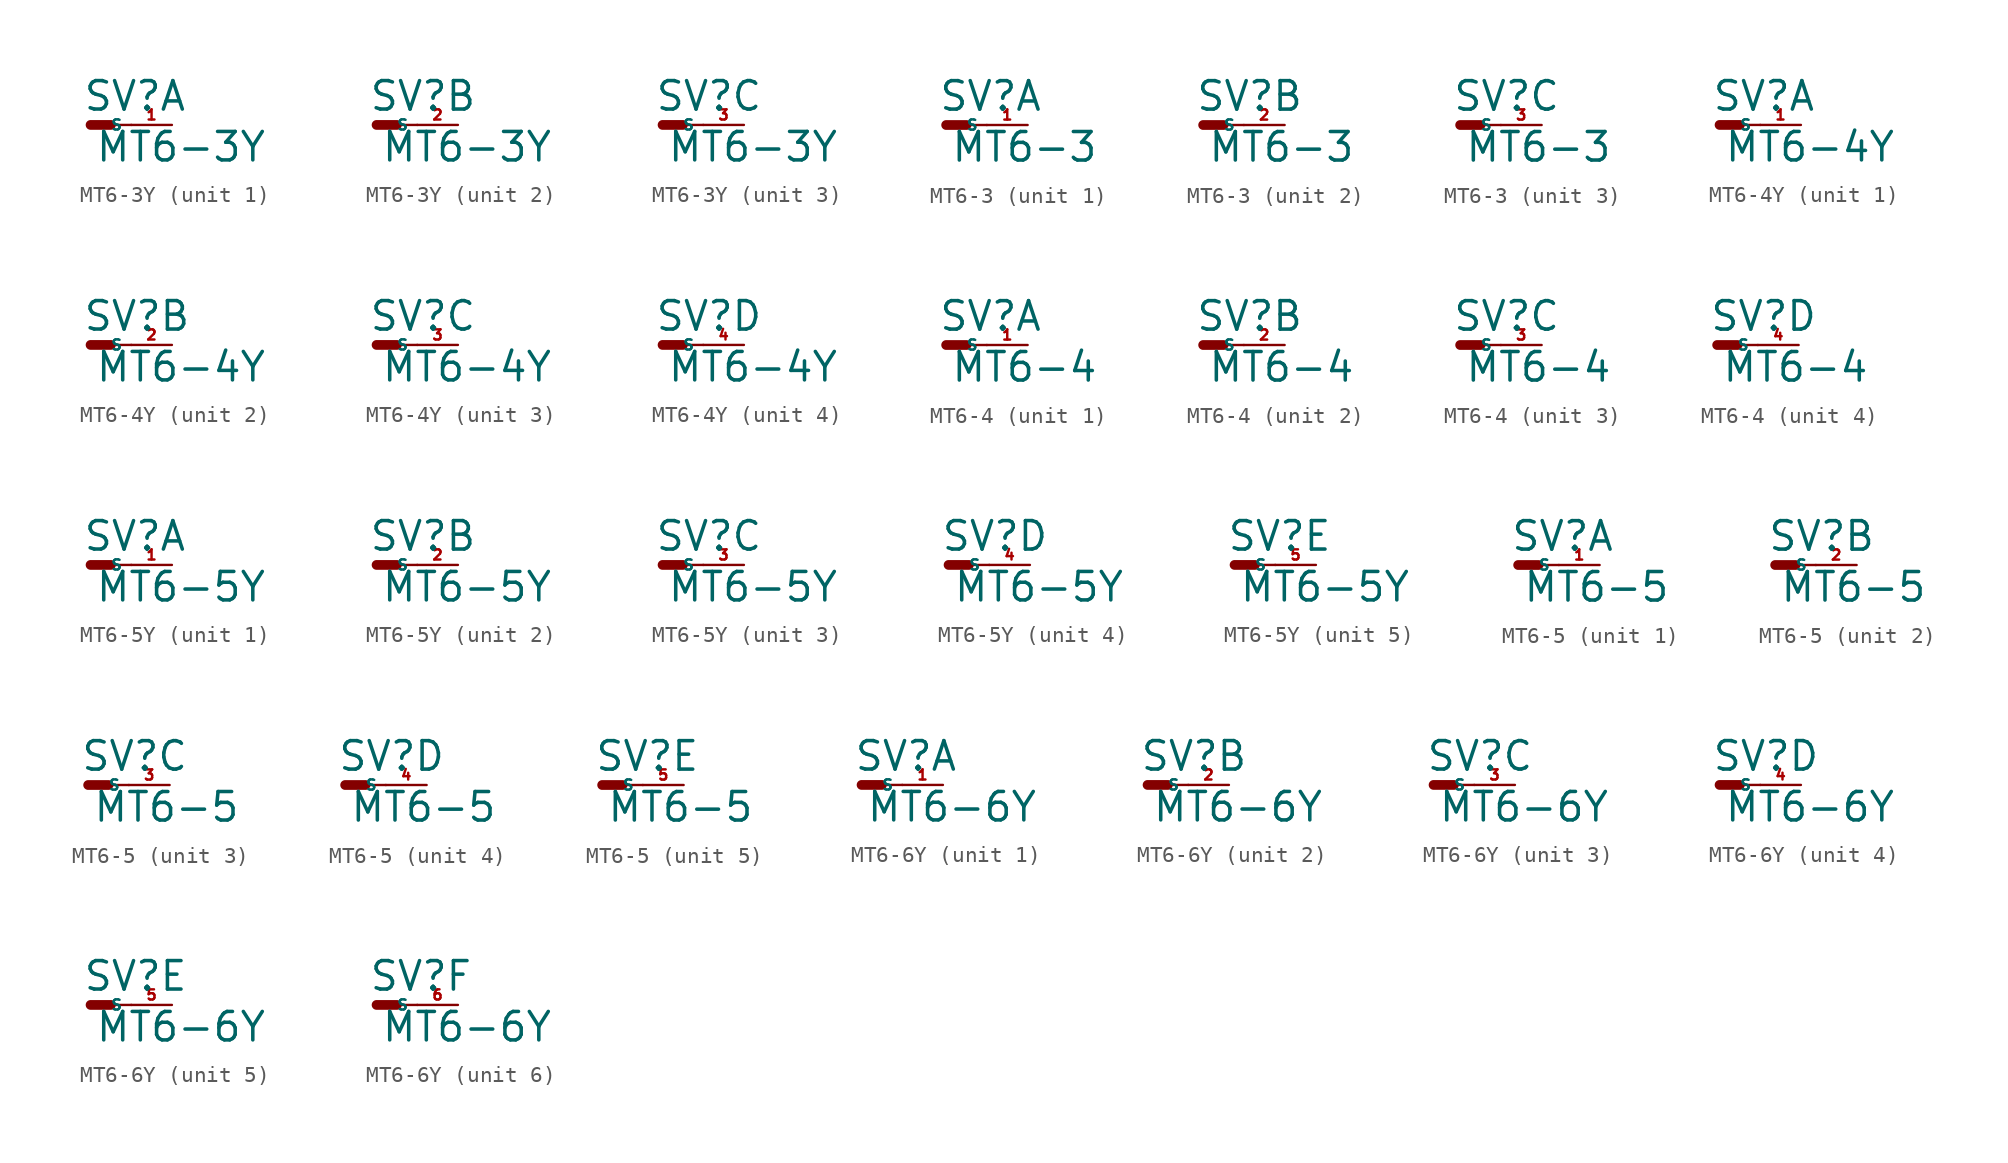
<source format=kicad_sym>
(kicad_symbol_lib
  (version 20220914)
  (generator Eagle2Kicad)
  (symbol "MT6-3Y"
    (property "Reference" "SV"
      (at -0.508 0.762 0)
      (effects (font (size 1.778 1.778) (thickness 0.22)) (justify left bottom)))
    (property "Value" "MT6-3Y"
      (at 0.254 -2.413 0)
      (effects (font (size 1.778 1.778) (thickness 0.22)) (justify left bottom)))
    (symbol "MT6-3Y_1_0"
      (polyline (pts (xy 1.27 0) (xy 2.54 0)) (stroke (width 0.152) (type default)) (fill (type none)))
      (polyline (pts (xy 0 0) (xy 1.27 0)) (stroke (width 0.61) (type default)) (fill (type none)))
      (pin passive line (at 5.08 0 180) (length 2.54) (name "S" (effects (font (size 0.635 0.635) (thickness 0.08)) (justify left bottom))) (number "1" (effects (font (size 0.635 0.635) (thickness 0.08)) (justify left bottom)))))
    (symbol "MT6-3Y_2_0"
      (polyline (pts (xy 1.27 0) (xy 2.54 0)) (stroke (width 0.152) (type default)) (fill (type none)))
      (polyline (pts (xy 0 0) (xy 1.27 0)) (stroke (width 0.61) (type default)) (fill (type none)))
      (pin passive line (at 5.08 0 180) (length 2.54) (name "S" (effects (font (size 0.635 0.635) (thickness 0.08)) (justify left bottom))) (number "2" (effects (font (size 0.635 0.635) (thickness 0.08)) (justify left bottom)))))
    (symbol "MT6-3Y_3_0"
      (polyline (pts (xy 1.27 0) (xy 2.54 0)) (stroke (width 0.152) (type default)) (fill (type none)))
      (polyline (pts (xy 0 0) (xy 1.27 0)) (stroke (width 0.61) (type default)) (fill (type none)))
      (pin passive line (at 5.08 0 180) (length 2.54) (name "S" (effects (font (size 0.635 0.635) (thickness 0.08)) (justify left bottom))) (number "3" (effects (font (size 0.635 0.635) (thickness 0.08)) (justify left bottom))))))
  (symbol "MT6-3"
    (property "Reference" "SV"
      (at -0.508 0.762 0)
      (effects (font (size 1.778 1.778) (thickness 0.22)) (justify left bottom)))
    (property "Value" "MT6-3"
      (at 0.254 -2.413 0)
      (effects (font (size 1.778 1.778) (thickness 0.22)) (justify left bottom)))
    (symbol "MT6-3_1_0"
      (polyline (pts (xy 1.27 0) (xy 2.54 0)) (stroke (width 0.152) (type default)) (fill (type none)))
      (polyline (pts (xy 0 0) (xy 1.27 0)) (stroke (width 0.61) (type default)) (fill (type none)))
      (pin passive line (at 5.08 0 180) (length 2.54) (name "S" (effects (font (size 0.635 0.635) (thickness 0.08)) (justify left bottom))) (number "1" (effects (font (size 0.635 0.635) (thickness 0.08)) (justify left bottom)))))
    (symbol "MT6-3_2_0"
      (polyline (pts (xy 1.27 0) (xy 2.54 0)) (stroke (width 0.152) (type default)) (fill (type none)))
      (polyline (pts (xy 0 0) (xy 1.27 0)) (stroke (width 0.61) (type default)) (fill (type none)))
      (pin passive line (at 5.08 0 180) (length 2.54) (name "S" (effects (font (size 0.635 0.635) (thickness 0.08)) (justify left bottom))) (number "2" (effects (font (size 0.635 0.635) (thickness 0.08)) (justify left bottom)))))
    (symbol "MT6-3_3_0"
      (polyline (pts (xy 1.27 0) (xy 2.54 0)) (stroke (width 0.152) (type default)) (fill (type none)))
      (polyline (pts (xy 0 0) (xy 1.27 0)) (stroke (width 0.61) (type default)) (fill (type none)))
      (pin passive line (at 5.08 0 180) (length 2.54) (name "S" (effects (font (size 0.635 0.635) (thickness 0.08)) (justify left bottom))) (number "3" (effects (font (size 0.635 0.635) (thickness 0.08)) (justify left bottom))))))
  (symbol "MT6-4Y"
    (property "Reference" "SV"
      (at -0.508 0.762 0)
      (effects (font (size 1.778 1.778) (thickness 0.22)) (justify left bottom)))
    (property "Value" "MT6-4Y"
      (at 0.254 -2.413 0)
      (effects (font (size 1.778 1.778) (thickness 0.22)) (justify left bottom)))
    (symbol "MT6-4Y_1_0"
      (polyline (pts (xy 1.27 0) (xy 2.54 0)) (stroke (width 0.152) (type default)) (fill (type none)))
      (polyline (pts (xy 0 0) (xy 1.27 0)) (stroke (width 0.61) (type default)) (fill (type none)))
      (pin passive line (at 5.08 0 180) (length 2.54) (name "S" (effects (font (size 0.635 0.635) (thickness 0.08)) (justify left bottom))) (number "1" (effects (font (size 0.635 0.635) (thickness 0.08)) (justify left bottom)))))
    (symbol "MT6-4Y_2_0"
      (polyline (pts (xy 1.27 0) (xy 2.54 0)) (stroke (width 0.152) (type default)) (fill (type none)))
      (polyline (pts (xy 0 0) (xy 1.27 0)) (stroke (width 0.61) (type default)) (fill (type none)))
      (pin passive line (at 5.08 0 180) (length 2.54) (name "S" (effects (font (size 0.635 0.635) (thickness 0.08)) (justify left bottom))) (number "2" (effects (font (size 0.635 0.635) (thickness 0.08)) (justify left bottom)))))
    (symbol "MT6-4Y_3_0"
      (polyline (pts (xy 1.27 0) (xy 2.54 0)) (stroke (width 0.152) (type default)) (fill (type none)))
      (polyline (pts (xy 0 0) (xy 1.27 0)) (stroke (width 0.61) (type default)) (fill (type none)))
      (pin passive line (at 5.08 0 180) (length 2.54) (name "S" (effects (font (size 0.635 0.635) (thickness 0.08)) (justify left bottom))) (number "3" (effects (font (size 0.635 0.635) (thickness 0.08)) (justify left bottom)))))
    (symbol "MT6-4Y_4_0"
      (polyline (pts (xy 1.27 0) (xy 2.54 0)) (stroke (width 0.152) (type default)) (fill (type none)))
      (polyline (pts (xy 0 0) (xy 1.27 0)) (stroke (width 0.61) (type default)) (fill (type none)))
      (pin passive line (at 5.08 0 180) (length 2.54) (name "S" (effects (font (size 0.635 0.635) (thickness 0.08)) (justify left bottom))) (number "4" (effects (font (size 0.635 0.635) (thickness 0.08)) (justify left bottom))))))
  (symbol "MT6-4"
    (property "Reference" "SV"
      (at -0.508 0.762 0)
      (effects (font (size 1.778 1.778) (thickness 0.22)) (justify left bottom)))
    (property "Value" "MT6-4"
      (at 0.254 -2.413 0)
      (effects (font (size 1.778 1.778) (thickness 0.22)) (justify left bottom)))
    (symbol "MT6-4_1_0"
      (polyline (pts (xy 1.27 0) (xy 2.54 0)) (stroke (width 0.152) (type default)) (fill (type none)))
      (polyline (pts (xy 0 0) (xy 1.27 0)) (stroke (width 0.61) (type default)) (fill (type none)))
      (pin passive line (at 5.08 0 180) (length 2.54) (name "S" (effects (font (size 0.635 0.635) (thickness 0.08)) (justify left bottom))) (number "1" (effects (font (size 0.635 0.635) (thickness 0.08)) (justify left bottom)))))
    (symbol "MT6-4_2_0"
      (polyline (pts (xy 1.27 0) (xy 2.54 0)) (stroke (width 0.152) (type default)) (fill (type none)))
      (polyline (pts (xy 0 0) (xy 1.27 0)) (stroke (width 0.61) (type default)) (fill (type none)))
      (pin passive line (at 5.08 0 180) (length 2.54) (name "S" (effects (font (size 0.635 0.635) (thickness 0.08)) (justify left bottom))) (number "2" (effects (font (size 0.635 0.635) (thickness 0.08)) (justify left bottom)))))
    (symbol "MT6-4_3_0"
      (polyline (pts (xy 1.27 0) (xy 2.54 0)) (stroke (width 0.152) (type default)) (fill (type none)))
      (polyline (pts (xy 0 0) (xy 1.27 0)) (stroke (width 0.61) (type default)) (fill (type none)))
      (pin passive line (at 5.08 0 180) (length 2.54) (name "S" (effects (font (size 0.635 0.635) (thickness 0.08)) (justify left bottom))) (number "3" (effects (font (size 0.635 0.635) (thickness 0.08)) (justify left bottom)))))
    (symbol "MT6-4_4_0"
      (polyline (pts (xy 1.27 0) (xy 2.54 0)) (stroke (width 0.152) (type default)) (fill (type none)))
      (polyline (pts (xy 0 0) (xy 1.27 0)) (stroke (width 0.61) (type default)) (fill (type none)))
      (pin passive line (at 5.08 0 180) (length 2.54) (name "S" (effects (font (size 0.635 0.635) (thickness 0.08)) (justify left bottom))) (number "4" (effects (font (size 0.635 0.635) (thickness 0.08)) (justify left bottom))))))
  (symbol "MT6-5Y"
    (property "Reference" "SV"
      (at -0.508 0.762 0)
      (effects (font (size 1.778 1.778) (thickness 0.22)) (justify left bottom)))
    (property "Value" "MT6-5Y"
      (at 0.254 -2.413 0)
      (effects (font (size 1.778 1.778) (thickness 0.22)) (justify left bottom)))
    (symbol "MT6-5Y_1_0"
      (polyline (pts (xy 1.27 0) (xy 2.54 0)) (stroke (width 0.152) (type default)) (fill (type none)))
      (polyline (pts (xy 0 0) (xy 1.27 0)) (stroke (width 0.61) (type default)) (fill (type none)))
      (pin passive line (at 5.08 0 180) (length 2.54) (name "S" (effects (font (size 0.635 0.635) (thickness 0.08)) (justify left bottom))) (number "1" (effects (font (size 0.635 0.635) (thickness 0.08)) (justify left bottom)))))
    (symbol "MT6-5Y_2_0"
      (polyline (pts (xy 1.27 0) (xy 2.54 0)) (stroke (width 0.152) (type default)) (fill (type none)))
      (polyline (pts (xy 0 0) (xy 1.27 0)) (stroke (width 0.61) (type default)) (fill (type none)))
      (pin passive line (at 5.08 0 180) (length 2.54) (name "S" (effects (font (size 0.635 0.635) (thickness 0.08)) (justify left bottom))) (number "2" (effects (font (size 0.635 0.635) (thickness 0.08)) (justify left bottom)))))
    (symbol "MT6-5Y_3_0"
      (polyline (pts (xy 1.27 0) (xy 2.54 0)) (stroke (width 0.152) (type default)) (fill (type none)))
      (polyline (pts (xy 0 0) (xy 1.27 0)) (stroke (width 0.61) (type default)) (fill (type none)))
      (pin passive line (at 5.08 0 180) (length 2.54) (name "S" (effects (font (size 0.635 0.635) (thickness 0.08)) (justify left bottom))) (number "3" (effects (font (size 0.635 0.635) (thickness 0.08)) (justify left bottom)))))
    (symbol "MT6-5Y_4_0"
      (polyline (pts (xy 1.27 0) (xy 2.54 0)) (stroke (width 0.152) (type default)) (fill (type none)))
      (polyline (pts (xy 0 0) (xy 1.27 0)) (stroke (width 0.61) (type default)) (fill (type none)))
      (pin passive line (at 5.08 0 180) (length 2.54) (name "S" (effects (font (size 0.635 0.635) (thickness 0.08)) (justify left bottom))) (number "4" (effects (font (size 0.635 0.635) (thickness 0.08)) (justify left bottom)))))
    (symbol "MT6-5Y_5_0"
      (polyline (pts (xy 1.27 0) (xy 2.54 0)) (stroke (width 0.152) (type default)) (fill (type none)))
      (polyline (pts (xy 0 0) (xy 1.27 0)) (stroke (width 0.61) (type default)) (fill (type none)))
      (pin passive line (at 5.08 0 180) (length 2.54) (name "S" (effects (font (size 0.635 0.635) (thickness 0.08)) (justify left bottom))) (number "5" (effects (font (size 0.635 0.635) (thickness 0.08)) (justify left bottom))))))
  (symbol "MT6-5"
    (property "Reference" "SV"
      (at -0.508 0.762 0)
      (effects (font (size 1.778 1.778) (thickness 0.22)) (justify left bottom)))
    (property "Value" "MT6-5"
      (at 0.254 -2.413 0)
      (effects (font (size 1.778 1.778) (thickness 0.22)) (justify left bottom)))
    (symbol "MT6-5_1_0"
      (polyline (pts (xy 1.27 0) (xy 2.54 0)) (stroke (width 0.152) (type default)) (fill (type none)))
      (polyline (pts (xy 0 0) (xy 1.27 0)) (stroke (width 0.61) (type default)) (fill (type none)))
      (pin passive line (at 5.08 0 180) (length 2.54) (name "S" (effects (font (size 0.635 0.635) (thickness 0.08)) (justify left bottom))) (number "1" (effects (font (size 0.635 0.635) (thickness 0.08)) (justify left bottom)))))
    (symbol "MT6-5_2_0"
      (polyline (pts (xy 1.27 0) (xy 2.54 0)) (stroke (width 0.152) (type default)) (fill (type none)))
      (polyline (pts (xy 0 0) (xy 1.27 0)) (stroke (width 0.61) (type default)) (fill (type none)))
      (pin passive line (at 5.08 0 180) (length 2.54) (name "S" (effects (font (size 0.635 0.635) (thickness 0.08)) (justify left bottom))) (number "2" (effects (font (size 0.635 0.635) (thickness 0.08)) (justify left bottom)))))
    (symbol "MT6-5_3_0"
      (polyline (pts (xy 1.27 0) (xy 2.54 0)) (stroke (width 0.152) (type default)) (fill (type none)))
      (polyline (pts (xy 0 0) (xy 1.27 0)) (stroke (width 0.61) (type default)) (fill (type none)))
      (pin passive line (at 5.08 0 180) (length 2.54) (name "S" (effects (font (size 0.635 0.635) (thickness 0.08)) (justify left bottom))) (number "3" (effects (font (size 0.635 0.635) (thickness 0.08)) (justify left bottom)))))
    (symbol "MT6-5_4_0"
      (polyline (pts (xy 1.27 0) (xy 2.54 0)) (stroke (width 0.152) (type default)) (fill (type none)))
      (polyline (pts (xy 0 0) (xy 1.27 0)) (stroke (width 0.61) (type default)) (fill (type none)))
      (pin passive line (at 5.08 0 180) (length 2.54) (name "S" (effects (font (size 0.635 0.635) (thickness 0.08)) (justify left bottom))) (number "4" (effects (font (size 0.635 0.635) (thickness 0.08)) (justify left bottom)))))
    (symbol "MT6-5_5_0"
      (polyline (pts (xy 1.27 0) (xy 2.54 0)) (stroke (width 0.152) (type default)) (fill (type none)))
      (polyline (pts (xy 0 0) (xy 1.27 0)) (stroke (width 0.61) (type default)) (fill (type none)))
      (pin passive line (at 5.08 0 180) (length 2.54) (name "S" (effects (font (size 0.635 0.635) (thickness 0.08)) (justify left bottom))) (number "5" (effects (font (size 0.635 0.635) (thickness 0.08)) (justify left bottom))))))
  (symbol "MT6-6Y"
    (property "Reference" "SV"
      (at -0.508 0.762 0)
      (effects (font (size 1.778 1.778) (thickness 0.22)) (justify left bottom)))
    (property "Value" "MT6-6Y"
      (at 0.254 -2.413 0)
      (effects (font (size 1.778 1.778) (thickness 0.22)) (justify left bottom)))
    (symbol "MT6-6Y_1_0"
      (polyline (pts (xy 1.27 0) (xy 2.54 0)) (stroke (width 0.152) (type default)) (fill (type none)))
      (polyline (pts (xy 0 0) (xy 1.27 0)) (stroke (width 0.61) (type default)) (fill (type none)))
      (pin passive line (at 5.08 0 180) (length 2.54) (name "S" (effects (font (size 0.635 0.635) (thickness 0.08)) (justify left bottom))) (number "1" (effects (font (size 0.635 0.635) (thickness 0.08)) (justify left bottom)))))
    (symbol "MT6-6Y_2_0"
      (polyline (pts (xy 1.27 0) (xy 2.54 0)) (stroke (width 0.152) (type default)) (fill (type none)))
      (polyline (pts (xy 0 0) (xy 1.27 0)) (stroke (width 0.61) (type default)) (fill (type none)))
      (pin passive line (at 5.08 0 180) (length 2.54) (name "S" (effects (font (size 0.635 0.635) (thickness 0.08)) (justify left bottom))) (number "2" (effects (font (size 0.635 0.635) (thickness 0.08)) (justify left bottom)))))
    (symbol "MT6-6Y_3_0"
      (polyline (pts (xy 1.27 0) (xy 2.54 0)) (stroke (width 0.152) (type default)) (fill (type none)))
      (polyline (pts (xy 0 0) (xy 1.27 0)) (stroke (width 0.61) (type default)) (fill (type none)))
      (pin passive line (at 5.08 0 180) (length 2.54) (name "S" (effects (font (size 0.635 0.635) (thickness 0.08)) (justify left bottom))) (number "3" (effects (font (size 0.635 0.635) (thickness 0.08)) (justify left bottom)))))
    (symbol "MT6-6Y_4_0"
      (polyline (pts (xy 1.27 0) (xy 2.54 0)) (stroke (width 0.152) (type default)) (fill (type none)))
      (polyline (pts (xy 0 0) (xy 1.27 0)) (stroke (width 0.61) (type default)) (fill (type none)))
      (pin passive line (at 5.08 0 180) (length 2.54) (name "S" (effects (font (size 0.635 0.635) (thickness 0.08)) (justify left bottom))) (number "4" (effects (font (size 0.635 0.635) (thickness 0.08)) (justify left bottom)))))
    (symbol "MT6-6Y_5_0"
      (polyline (pts (xy 1.27 0) (xy 2.54 0)) (stroke (width 0.152) (type default)) (fill (type none)))
      (polyline (pts (xy 0 0) (xy 1.27 0)) (stroke (width 0.61) (type default)) (fill (type none)))
      (pin passive line (at 5.08 0 180) (length 2.54) (name "S" (effects (font (size 0.635 0.635) (thickness 0.08)) (justify left bottom))) (number "5" (effects (font (size 0.635 0.635) (thickness 0.08)) (justify left bottom)))))
    (symbol "MT6-6Y_6_0"
      (polyline (pts (xy 1.27 0) (xy 2.54 0)) (stroke (width 0.152) (type default)) (fill (type none)))
      (polyline (pts (xy 0 0) (xy 1.27 0)) (stroke (width 0.61) (type default)) (fill (type none)))
      (pin passive line (at 5.08 0 180) (length 2.54) (name "S" (effects (font (size 0.635 0.635) (thickness 0.08)) (justify left bottom))) (number "6" (effects (font (size 0.635 0.635) (thickness 0.08)) (justify left bottom)))))))
</source>
